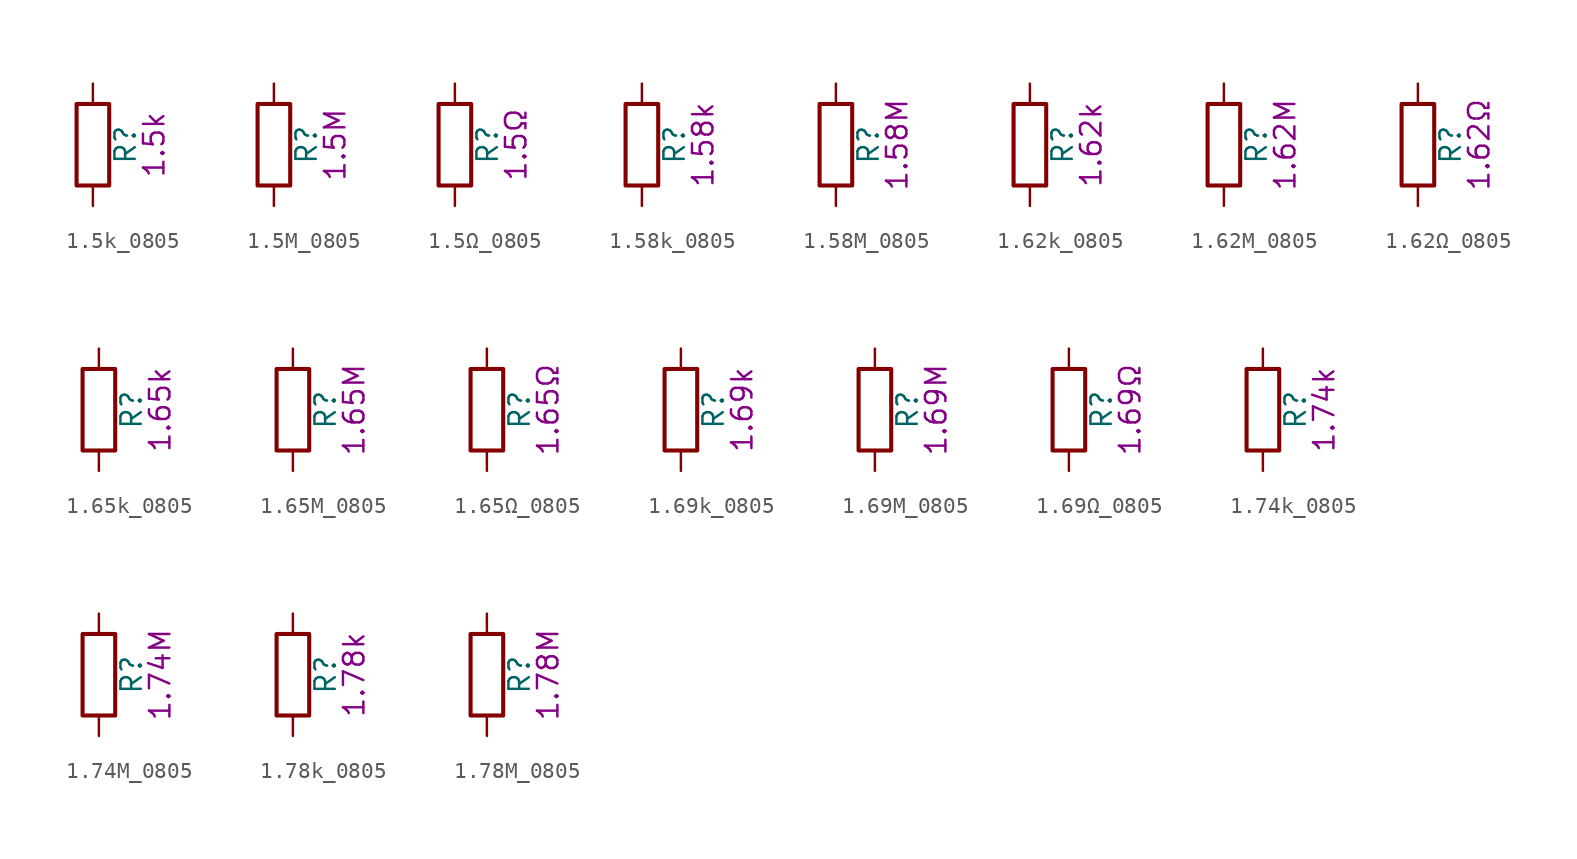
<source format=kicad_sym>
(kicad_symbol_lib
  (version 20211014)
  (generator kicad_symbol_editor)
  (symbol "1.5k_0805"
    (pin_numbers hide)
    (pin_names
      (offset 0))
    (property "Reference" "R"
      (at 2.032 0 90)
      (effects (font (size 1.27 1.27))))
    (property "Display" "1.5k"
      (at 3.81 0 90)
      (effects (font (size 1.27 1.27))))
    (symbol "1.5k_0805_0_1"
      (rectangle (start -1.016 -2.54) (end 1.016 2.54) (stroke (width 0.254) (type default) (color 0 0 0 0)) (fill (type none))))
    (symbol "1.5k_0805_1_1"
      (pin passive line (at 0 3.81 270) (length 1.27) (name "~" (effects (font (size 1.27 1.27)))) (number "1" (effects (font (size 1.27 1.27)))))
      (pin passive line (at 0 -3.81 90) (length 1.27) (name "~" (effects (font (size 1.27 1.27)))) (number "2" (effects (font (size 1.27 1.27)))))))
  (symbol "1.5M_0805"
    (pin_numbers hide)
    (pin_names
      (offset 0))
    (property "Reference" "R"
      (at 2.032 0 90)
      (effects (font (size 1.27 1.27))))
    (property "Display" "1.5M"
      (at 3.81 0 90)
      (effects (font (size 1.27 1.27))))
    (symbol "1.5M_0805_0_1"
      (rectangle (start -1.016 -2.54) (end 1.016 2.54) (stroke (width 0.254) (type default) (color 0 0 0 0)) (fill (type none))))
    (symbol "1.5M_0805_1_1"
      (pin passive line (at 0 3.81 270) (length 1.27) (name "~" (effects (font (size 1.27 1.27)))) (number "1" (effects (font (size 1.27 1.27)))))
      (pin passive line (at 0 -3.81 90) (length 1.27) (name "~" (effects (font (size 1.27 1.27)))) (number "2" (effects (font (size 1.27 1.27)))))))
  (symbol "1.5Ω_0805"
    (pin_numbers hide)
    (pin_names
      (offset 0))
    (property "Reference" "R"
      (at 2.032 0 90)
      (effects (font (size 1.27 1.27))))
    (property "Display" "1.5Ω"
      (at 3.81 0 90)
      (effects (font (size 1.27 1.27))))
    (symbol "1.5Ω_0805_0_1"
      (rectangle (start -1.016 -2.54) (end 1.016 2.54) (stroke (width 0.254) (type default) (color 0 0 0 0)) (fill (type none))))
    (symbol "1.5Ω_0805_1_1"
      (pin passive line (at 0 3.81 270) (length 1.27) (name "~" (effects (font (size 1.27 1.27)))) (number "1" (effects (font (size 1.27 1.27)))))
      (pin passive line (at 0 -3.81 90) (length 1.27) (name "~" (effects (font (size 1.27 1.27)))) (number "2" (effects (font (size 1.27 1.27)))))))
  (symbol "1.58k_0805"
    (pin_numbers hide)
    (pin_names
      (offset 0))
    (property "Reference" "R"
      (at 2.032 0 90)
      (effects (font (size 1.27 1.27))))
    (property "Display" "1.58k"
      (at 3.81 0 90)
      (effects (font (size 1.27 1.27))))
    (symbol "1.58k_0805_0_1"
      (rectangle (start -1.016 -2.54) (end 1.016 2.54) (stroke (width 0.254) (type default) (color 0 0 0 0)) (fill (type none))))
    (symbol "1.58k_0805_1_1"
      (pin passive line (at 0 3.81 270) (length 1.27) (name "~" (effects (font (size 1.27 1.27)))) (number "1" (effects (font (size 1.27 1.27)))))
      (pin passive line (at 0 -3.81 90) (length 1.27) (name "~" (effects (font (size 1.27 1.27)))) (number "2" (effects (font (size 1.27 1.27)))))))
  (symbol "1.58M_0805"
    (pin_numbers hide)
    (pin_names
      (offset 0))
    (property "Reference" "R"
      (at 2.032 0 90)
      (effects (font (size 1.27 1.27))))
    (property "Display" "1.58M"
      (at 3.81 0 90)
      (effects (font (size 1.27 1.27))))
    (symbol "1.58M_0805_0_1"
      (rectangle (start -1.016 -2.54) (end 1.016 2.54) (stroke (width 0.254) (type default) (color 0 0 0 0)) (fill (type none))))
    (symbol "1.58M_0805_1_1"
      (pin passive line (at 0 3.81 270) (length 1.27) (name "~" (effects (font (size 1.27 1.27)))) (number "1" (effects (font (size 1.27 1.27)))))
      (pin passive line (at 0 -3.81 90) (length 1.27) (name "~" (effects (font (size 1.27 1.27)))) (number "2" (effects (font (size 1.27 1.27)))))))
  (symbol "1.62k_0805"
    (pin_numbers hide)
    (pin_names
      (offset 0))
    (property "Reference" "R"
      (at 2.032 0 90)
      (effects (font (size 1.27 1.27))))
    (property "Display" "1.62k"
      (at 3.81 0 90)
      (effects (font (size 1.27 1.27))))
    (symbol "1.62k_0805_0_1"
      (rectangle (start -1.016 -2.54) (end 1.016 2.54) (stroke (width 0.254) (type default) (color 0 0 0 0)) (fill (type none))))
    (symbol "1.62k_0805_1_1"
      (pin passive line (at 0 3.81 270) (length 1.27) (name "~" (effects (font (size 1.27 1.27)))) (number "1" (effects (font (size 1.27 1.27)))))
      (pin passive line (at 0 -3.81 90) (length 1.27) (name "~" (effects (font (size 1.27 1.27)))) (number "2" (effects (font (size 1.27 1.27)))))))
  (symbol "1.62M_0805"
    (pin_numbers hide)
    (pin_names
      (offset 0))
    (property "Reference" "R"
      (at 2.032 0 90)
      (effects (font (size 1.27 1.27))))
    (property "Display" "1.62M"
      (at 3.81 0 90)
      (effects (font (size 1.27 1.27))))
    (symbol "1.62M_0805_0_1"
      (rectangle (start -1.016 -2.54) (end 1.016 2.54) (stroke (width 0.254) (type default) (color 0 0 0 0)) (fill (type none))))
    (symbol "1.62M_0805_1_1"
      (pin passive line (at 0 3.81 270) (length 1.27) (name "~" (effects (font (size 1.27 1.27)))) (number "1" (effects (font (size 1.27 1.27)))))
      (pin passive line (at 0 -3.81 90) (length 1.27) (name "~" (effects (font (size 1.27 1.27)))) (number "2" (effects (font (size 1.27 1.27)))))))
  (symbol "1.62Ω_0805"
    (pin_numbers hide)
    (pin_names
      (offset 0))
    (property "Reference" "R"
      (at 2.032 0 90)
      (effects (font (size 1.27 1.27))))
    (property "Display" "1.62Ω"
      (at 3.81 0 90)
      (effects (font (size 1.27 1.27))))
    (symbol "1.62Ω_0805_0_1"
      (rectangle (start -1.016 -2.54) (end 1.016 2.54) (stroke (width 0.254) (type default) (color 0 0 0 0)) (fill (type none))))
    (symbol "1.62Ω_0805_1_1"
      (pin passive line (at 0 3.81 270) (length 1.27) (name "~" (effects (font (size 1.27 1.27)))) (number "1" (effects (font (size 1.27 1.27)))))
      (pin passive line (at 0 -3.81 90) (length 1.27) (name "~" (effects (font (size 1.27 1.27)))) (number "2" (effects (font (size 1.27 1.27)))))))
  (symbol "1.65k_0805"
    (pin_numbers hide)
    (pin_names
      (offset 0))
    (property "Reference" "R"
      (at 2.032 0 90)
      (effects (font (size 1.27 1.27))))
    (property "Display" "1.65k"
      (at 3.81 0 90)
      (effects (font (size 1.27 1.27))))
    (symbol "1.65k_0805_0_1"
      (rectangle (start -1.016 -2.54) (end 1.016 2.54) (stroke (width 0.254) (type default) (color 0 0 0 0)) (fill (type none))))
    (symbol "1.65k_0805_1_1"
      (pin passive line (at 0 3.81 270) (length 1.27) (name "~" (effects (font (size 1.27 1.27)))) (number "1" (effects (font (size 1.27 1.27)))))
      (pin passive line (at 0 -3.81 90) (length 1.27) (name "~" (effects (font (size 1.27 1.27)))) (number "2" (effects (font (size 1.27 1.27)))))))
  (symbol "1.65M_0805"
    (pin_numbers hide)
    (pin_names
      (offset 0))
    (property "Reference" "R"
      (at 2.032 0 90)
      (effects (font (size 1.27 1.27))))
    (property "Display" "1.65M"
      (at 3.81 0 90)
      (effects (font (size 1.27 1.27))))
    (symbol "1.65M_0805_0_1"
      (rectangle (start -1.016 -2.54) (end 1.016 2.54) (stroke (width 0.254) (type default) (color 0 0 0 0)) (fill (type none))))
    (symbol "1.65M_0805_1_1"
      (pin passive line (at 0 3.81 270) (length 1.27) (name "~" (effects (font (size 1.27 1.27)))) (number "1" (effects (font (size 1.27 1.27)))))
      (pin passive line (at 0 -3.81 90) (length 1.27) (name "~" (effects (font (size 1.27 1.27)))) (number "2" (effects (font (size 1.27 1.27)))))))
  (symbol "1.65Ω_0805"
    (pin_numbers hide)
    (pin_names
      (offset 0))
    (property "Reference" "R"
      (at 2.032 0 90)
      (effects (font (size 1.27 1.27))))
    (property "Display" "1.65Ω"
      (at 3.81 0 90)
      (effects (font (size 1.27 1.27))))
    (symbol "1.65Ω_0805_0_1"
      (rectangle (start -1.016 -2.54) (end 1.016 2.54) (stroke (width 0.254) (type default) (color 0 0 0 0)) (fill (type none))))
    (symbol "1.65Ω_0805_1_1"
      (pin passive line (at 0 3.81 270) (length 1.27) (name "~" (effects (font (size 1.27 1.27)))) (number "1" (effects (font (size 1.27 1.27)))))
      (pin passive line (at 0 -3.81 90) (length 1.27) (name "~" (effects (font (size 1.27 1.27)))) (number "2" (effects (font (size 1.27 1.27)))))))
  (symbol "1.69k_0805"
    (pin_numbers hide)
    (pin_names
      (offset 0))
    (property "Reference" "R"
      (at 2.032 0 90)
      (effects (font (size 1.27 1.27))))
    (property "Display" "1.69k"
      (at 3.81 0 90)
      (effects (font (size 1.27 1.27))))
    (symbol "1.69k_0805_0_1"
      (rectangle (start -1.016 -2.54) (end 1.016 2.54) (stroke (width 0.254) (type default) (color 0 0 0 0)) (fill (type none))))
    (symbol "1.69k_0805_1_1"
      (pin passive line (at 0 3.81 270) (length 1.27) (name "~" (effects (font (size 1.27 1.27)))) (number "1" (effects (font (size 1.27 1.27)))))
      (pin passive line (at 0 -3.81 90) (length 1.27) (name "~" (effects (font (size 1.27 1.27)))) (number "2" (effects (font (size 1.27 1.27)))))))
  (symbol "1.69M_0805"
    (pin_numbers hide)
    (pin_names
      (offset 0))
    (property "Reference" "R"
      (at 2.032 0 90)
      (effects (font (size 1.27 1.27))))
    (property "Display" "1.69M"
      (at 3.81 0 90)
      (effects (font (size 1.27 1.27))))
    (symbol "1.69M_0805_0_1"
      (rectangle (start -1.016 -2.54) (end 1.016 2.54) (stroke (width 0.254) (type default) (color 0 0 0 0)) (fill (type none))))
    (symbol "1.69M_0805_1_1"
      (pin passive line (at 0 3.81 270) (length 1.27) (name "~" (effects (font (size 1.27 1.27)))) (number "1" (effects (font (size 1.27 1.27)))))
      (pin passive line (at 0 -3.81 90) (length 1.27) (name "~" (effects (font (size 1.27 1.27)))) (number "2" (effects (font (size 1.27 1.27)))))))
  (symbol "1.69Ω_0805"
    (pin_numbers hide)
    (pin_names
      (offset 0))
    (property "Reference" "R"
      (at 2.032 0 90)
      (effects (font (size 1.27 1.27))))
    (property "Display" "1.69Ω"
      (at 3.81 0 90)
      (effects (font (size 1.27 1.27))))
    (symbol "1.69Ω_0805_0_1"
      (rectangle (start -1.016 -2.54) (end 1.016 2.54) (stroke (width 0.254) (type default) (color 0 0 0 0)) (fill (type none))))
    (symbol "1.69Ω_0805_1_1"
      (pin passive line (at 0 3.81 270) (length 1.27) (name "~" (effects (font (size 1.27 1.27)))) (number "1" (effects (font (size 1.27 1.27)))))
      (pin passive line (at 0 -3.81 90) (length 1.27) (name "~" (effects (font (size 1.27 1.27)))) (number "2" (effects (font (size 1.27 1.27)))))))
  (symbol "1.74k_0805"
    (pin_numbers hide)
    (pin_names
      (offset 0))
    (property "Reference" "R"
      (at 2.032 0 90)
      (effects (font (size 1.27 1.27))))
    (property "Display" "1.74k"
      (at 3.81 0 90)
      (effects (font (size 1.27 1.27))))
    (symbol "1.74k_0805_0_1"
      (rectangle (start -1.016 -2.54) (end 1.016 2.54) (stroke (width 0.254) (type default) (color 0 0 0 0)) (fill (type none))))
    (symbol "1.74k_0805_1_1"
      (pin passive line (at 0 3.81 270) (length 1.27) (name "~" (effects (font (size 1.27 1.27)))) (number "1" (effects (font (size 1.27 1.27)))))
      (pin passive line (at 0 -3.81 90) (length 1.27) (name "~" (effects (font (size 1.27 1.27)))) (number "2" (effects (font (size 1.27 1.27)))))))
  (symbol "1.74M_0805"
    (pin_numbers hide)
    (pin_names
      (offset 0))
    (property "Reference" "R"
      (at 2.032 0 90)
      (effects (font (size 1.27 1.27))))
    (property "Display" "1.74M"
      (at 3.81 0 90)
      (effects (font (size 1.27 1.27))))
    (symbol "1.74M_0805_0_1"
      (rectangle (start -1.016 -2.54) (end 1.016 2.54) (stroke (width 0.254) (type default) (color 0 0 0 0)) (fill (type none))))
    (symbol "1.74M_0805_1_1"
      (pin passive line (at 0 3.81 270) (length 1.27) (name "~" (effects (font (size 1.27 1.27)))) (number "1" (effects (font (size 1.27 1.27)))))
      (pin passive line (at 0 -3.81 90) (length 1.27) (name "~" (effects (font (size 1.27 1.27)))) (number "2" (effects (font (size 1.27 1.27)))))))
  (symbol "1.78k_0805"
    (pin_numbers hide)
    (pin_names
      (offset 0))
    (property "Reference" "R"
      (at 2.032 0 90)
      (effects (font (size 1.27 1.27))))
    (property "Display" "1.78k"
      (at 3.81 0 90)
      (effects (font (size 1.27 1.27))))
    (symbol "1.78k_0805_0_1"
      (rectangle (start -1.016 -2.54) (end 1.016 2.54) (stroke (width 0.254) (type default) (color 0 0 0 0)) (fill (type none))))
    (symbol "1.78k_0805_1_1"
      (pin passive line (at 0 3.81 270) (length 1.27) (name "~" (effects (font (size 1.27 1.27)))) (number "1" (effects (font (size 1.27 1.27)))))
      (pin passive line (at 0 -3.81 90) (length 1.27) (name "~" (effects (font (size 1.27 1.27)))) (number "2" (effects (font (size 1.27 1.27)))))))
  (symbol "1.78M_0805"
    (pin_numbers hide)
    (pin_names
      (offset 0))
    (property "Reference" "R"
      (at 2.032 0 90)
      (effects (font (size 1.27 1.27))))
    (property "Display" "1.78M"
      (at 3.81 0 90)
      (effects (font (size 1.27 1.27))))
    (symbol "1.78M_0805_0_1"
      (rectangle (start -1.016 -2.54) (end 1.016 2.54) (stroke (width 0.254) (type default) (color 0 0 0 0)) (fill (type none))))
    (symbol "1.78M_0805_1_1"
      (pin passive line (at 0 3.81 270) (length 1.27) (name "~" (effects (font (size 1.27 1.27)))) (number "1" (effects (font (size 1.27 1.27)))))
      (pin passive line (at 0 -3.81 90) (length 1.27) (name "~" (effects (font (size 1.27 1.27)))) (number "2" (effects (font (size 1.27 1.27))))))))
</source>
